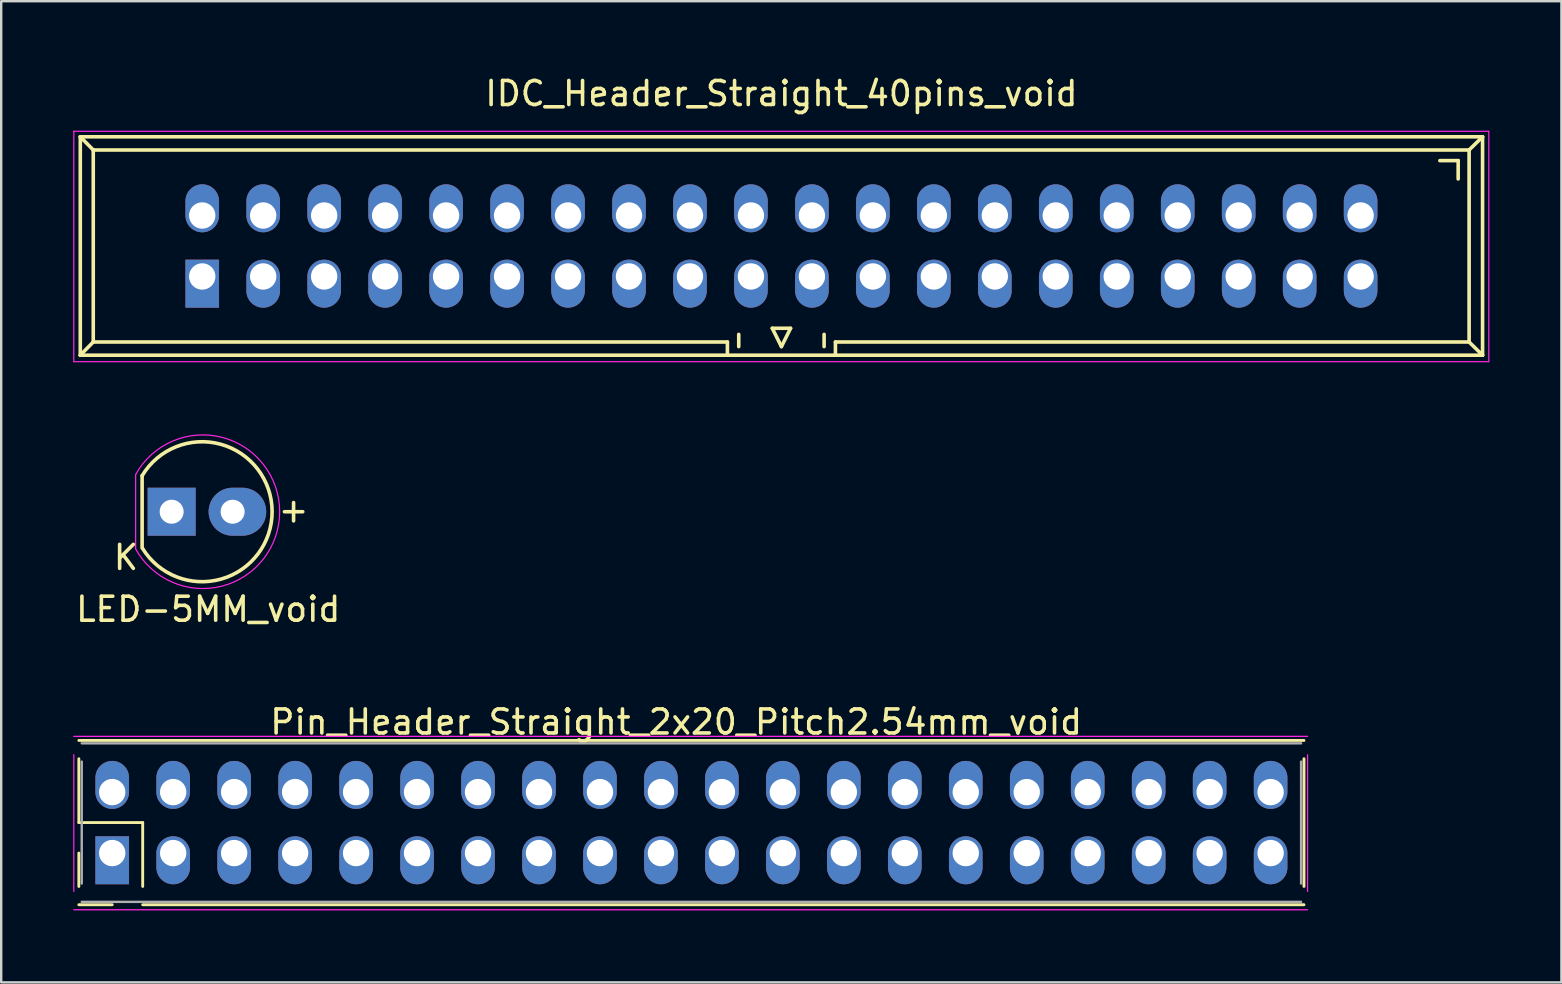
<source format=kicad_pcb>
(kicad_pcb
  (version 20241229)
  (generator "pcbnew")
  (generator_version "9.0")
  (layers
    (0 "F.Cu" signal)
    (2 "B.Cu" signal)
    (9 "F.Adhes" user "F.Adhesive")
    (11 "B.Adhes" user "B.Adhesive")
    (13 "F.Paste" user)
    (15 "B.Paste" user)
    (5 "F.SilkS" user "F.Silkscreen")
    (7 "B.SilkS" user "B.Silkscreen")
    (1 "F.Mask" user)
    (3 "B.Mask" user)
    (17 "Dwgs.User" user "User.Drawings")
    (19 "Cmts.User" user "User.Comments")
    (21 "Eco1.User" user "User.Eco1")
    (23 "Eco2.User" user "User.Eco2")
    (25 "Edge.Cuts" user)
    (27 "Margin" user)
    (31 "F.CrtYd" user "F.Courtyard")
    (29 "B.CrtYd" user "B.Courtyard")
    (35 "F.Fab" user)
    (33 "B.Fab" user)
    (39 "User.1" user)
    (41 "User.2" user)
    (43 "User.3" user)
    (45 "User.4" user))
  (footprint "IDC_Header_Straight_40pins_void"
    (layer "F.Cu")
    (at 5.375 8.468)
    (property "Reference" "IDC_Header_Straight_40pins_void" (at 24.13 -7.62 0) (layer "F.SilkS") (effects (font (size 1 1) (thickness 0.15))))
    (attr through_hole)
    (fp_line (start -5.08 -5.82) (end -5.08 3.28) (stroke (width 0.15) (type solid)) (layer "F.SilkS"))
    (fp_line (start -5.08 -5.82) (end -4.54 -5.27) (stroke (width 0.15) (type solid)) (layer "F.SilkS"))
    (fp_line (start -5.08 -5.82) (end 53.34 -5.82) (stroke (width 0.15) (type solid)) (layer "F.SilkS"))
    (fp_line (start -5.08 3.28) (end -4.54 2.73) (stroke (width 0.15) (type solid)) (layer "F.SilkS"))
    (fp_line (start -5.08 3.28) (end 53.34 3.28) (stroke (width 0.15) (type solid)) (layer "F.SilkS"))
    (fp_line (start -4.54 -5.27) (end -4.54 2.73) (stroke (width 0.15) (type solid)) (layer "F.SilkS"))
    (fp_line (start -4.54 -5.27) (end 52.78 -5.27) (stroke (width 0.15) (type solid)) (layer "F.SilkS"))
    (fp_line (start -4.54 2.73) (end 21.88 2.73) (stroke (width 0.15) (type solid)) (layer "F.SilkS"))
    (fp_line (start 21.88 2.73) (end 21.88 3.28) (stroke (width 0.15) (type solid)) (layer "F.SilkS"))
    (fp_line (start 22.352 2.413) (end 22.352 2.921) (stroke (width 0.15) (type solid)) (layer "F.SilkS"))
    (fp_line (start 23.749 2.159) (end 24.13 2.921) (stroke (width 0.15) (type solid)) (layer "F.SilkS"))
    (fp_line (start 24.13 2.921) (end 24.511 2.159) (stroke (width 0.15) (type solid)) (layer "F.SilkS"))
    (fp_line (start 24.511 2.159) (end 23.749 2.159) (stroke (width 0.15) (type solid)) (layer "F.SilkS"))
    (fp_line (start 25.908 2.921) (end 25.908 2.413) (stroke (width 0.15) (type solid)) (layer "F.SilkS"))
    (fp_line (start 26.38 2.73) (end 26.38 3.28) (stroke (width 0.15) (type solid)) (layer "F.SilkS"))
    (fp_line (start 26.38 2.73) (end 52.78 2.73) (stroke (width 0.15) (type solid)) (layer "F.SilkS"))
    (fp_line (start 52.324 -4.826) (end 51.562 -4.826) (stroke (width 0.15) (type solid)) (layer "F.SilkS"))
    (fp_line (start 52.324 -4.826) (end 52.324 -4.064) (stroke (width 0.15) (type solid)) (layer "F.SilkS"))
    (fp_line (start 52.78 -5.27) (end 52.78 2.73) (stroke (width 0.15) (type solid)) (layer "F.SilkS"))
    (fp_line (start 53.34 -5.82) (end 52.78 -5.27) (stroke (width 0.15) (type solid)) (layer "F.SilkS"))
    (fp_line (start 53.34 -5.82) (end 53.34 3.28) (stroke (width 0.15) (type solid)) (layer "F.SilkS"))
    (fp_line (start 53.34 3.28) (end 52.78 2.73) (stroke (width 0.15) (type solid)) (layer "F.SilkS"))
    (fp_line (start -5.35 -6.05) (end 53.6 -6.05) (stroke (width 0.05) (type solid)) (layer "F.CrtYd"))
    (fp_line (start -5.35 3.55) (end -5.35 -6.05) (stroke (width 0.05) (type solid)) (layer "F.CrtYd"))
    (fp_line (start 53.6 -6.05) (end 53.6 3.55) (stroke (width 0.05) (type solid)) (layer "F.CrtYd"))
    (fp_line (start 53.6 3.55) (end -5.35 3.55) (stroke (width 0.05) (type solid)) (layer "F.CrtYd"))
    (pad "1" thru_hole rect (at 0 0) (size 1.4 2) (drill 1.1 (offset 0 0.3)) (layers "*.Cu" "*.Mask"))
    (pad "2" thru_hole oval (at 0 -2.54) (size 1.4 2) (drill 1.1 (offset 0 -0.3)) (layers "*.Cu" "*.Mask"))
    (pad "3" thru_hole oval (at 2.54 0) (size 1.4 2) (drill 1.1 (offset 0 0.3)) (layers "*.Cu" "*.Mask"))
    (pad "4" thru_hole oval (at 2.54 -2.54) (size 1.4 2) (drill 1.1 (offset 0 -0.3)) (layers "*.Cu" "*.Mask"))
    (pad "5" thru_hole oval (at 5.08 0) (size 1.4 2) (drill 1.1 (offset 0 0.3)) (layers "*.Cu" "*.Mask"))
    (pad "6" thru_hole oval (at 5.08 -2.54) (size 1.4 2) (drill 1.1 (offset 0 -0.3)) (layers "*.Cu" "*.Mask"))
    (pad "7" thru_hole oval (at 7.62 0) (size 1.4 2) (drill 1.1 (offset 0 0.3)) (layers "*.Cu" "*.Mask"))
    (pad "8" thru_hole oval (at 7.62 -2.54) (size 1.4 2) (drill 1.1 (offset 0 -0.3)) (layers "*.Cu" "*.Mask"))
    (pad "9" thru_hole oval (at 10.16 0) (size 1.4 2) (drill 1.1 (offset 0 0.3)) (layers "*.Cu" "*.Mask"))
    (pad "10" thru_hole oval (at 10.16 -2.54) (size 1.4 2) (drill 1.1 (offset 0 -0.3)) (layers "*.Cu" "*.Mask"))
    (pad "11" thru_hole oval (at 12.7 0) (size 1.4 2) (drill 1.1 (offset 0 0.3)) (layers "*.Cu" "*.Mask"))
    (pad "12" thru_hole oval (at 12.7 -2.54) (size 1.4 2) (drill 1.1 (offset 0 -0.3)) (layers "*.Cu" "*.Mask"))
    (pad "13" thru_hole oval (at 15.24 0) (size 1.4 2) (drill 1.1 (offset 0 0.3)) (layers "*.Cu" "*.Mask"))
    (pad "14" thru_hole oval (at 15.24 -2.54) (size 1.4 2) (drill 1.1 (offset 0 -0.3)) (layers "*.Cu" "*.Mask"))
    (pad "15" thru_hole oval (at 17.78 0) (size 1.4 2) (drill 1.1 (offset 0 0.3)) (layers "*.Cu" "*.Mask"))
    (pad "16" thru_hole oval (at 17.78 -2.54) (size 1.4 2) (drill 1.1 (offset 0 -0.3)) (layers "*.Cu" "*.Mask"))
    (pad "17" thru_hole oval (at 20.32 0) (size 1.4 2) (drill 1.1 (offset 0 0.3)) (layers "*.Cu" "*.Mask"))
    (pad "18" thru_hole oval (at 20.32 -2.54) (size 1.4 2) (drill 1.1 (offset 0 -0.3)) (layers "*.Cu" "*.Mask"))
    (pad "19" thru_hole oval (at 22.86 0) (size 1.4 2) (drill 1.1 (offset 0 0.3)) (layers "*.Cu" "*.Mask"))
    (pad "20" thru_hole oval (at 22.86 -2.54) (size 1.4 2) (drill 1.1 (offset 0 -0.3)) (layers "*.Cu" "*.Mask"))
    (pad "21" thru_hole oval (at 25.4 0) (size 1.4 2) (drill 1.1 (offset 0 0.3)) (layers "*.Cu" "*.Mask"))
    (pad "22" thru_hole oval (at 25.4 -2.54) (size 1.4 2) (drill 1.1 (offset 0 -0.3)) (layers "*.Cu" "*.Mask"))
    (pad "23" thru_hole oval (at 27.94 0) (size 1.4 2) (drill 1.1 (offset 0 0.3)) (layers "*.Cu" "*.Mask"))
    (pad "24" thru_hole oval (at 27.94 -2.54) (size 1.4 2) (drill 1.1 (offset 0 -0.3)) (layers "*.Cu" "*.Mask"))
    (pad "25" thru_hole oval (at 30.48 0) (size 1.4 2) (drill 1.1 (offset 0 0.3)) (layers "*.Cu" "*.Mask"))
    (pad "26" thru_hole oval (at 30.48 -2.54) (size 1.4 2) (drill 1.1 (offset 0 -0.3)) (layers "*.Cu" "*.Mask"))
    (pad "27" thru_hole oval (at 33.02 0) (size 1.4 2) (drill 1.1 (offset 0 0.3)) (layers "*.Cu" "*.Mask"))
    (pad "28" thru_hole oval (at 33.02 -2.54) (size 1.4 2) (drill 1.1 (offset 0 -0.3)) (layers "*.Cu" "*.Mask"))
    (pad "29" thru_hole oval (at 35.56 0) (size 1.4 2) (drill 1.1 (offset 0 0.3)) (layers "*.Cu" "*.Mask"))
    (pad "30" thru_hole oval (at 35.56 -2.54) (size 1.4 2) (drill 1.1 (offset 0 -0.3)) (layers "*.Cu" "*.Mask"))
    (pad "31" thru_hole oval (at 38.1 0) (size 1.4 2) (drill 1.1 (offset 0 0.3)) (layers "*.Cu" "*.Mask"))
    (pad "32" thru_hole oval (at 38.1 -2.54) (size 1.4 2) (drill 1.1 (offset 0 -0.3)) (layers "*.Cu" "*.Mask"))
    (pad "33" thru_hole oval (at 40.64 0) (size 1.4 2) (drill 1.1 (offset 0 0.3)) (layers "*.Cu" "*.Mask"))
    (pad "34" thru_hole oval (at 40.64 -2.54) (size 1.4 2) (drill 1.1 (offset 0 -0.3)) (layers "*.Cu" "*.Mask"))
    (pad "35" thru_hole oval (at 43.18 0) (size 1.4 2) (drill 1.1 (offset 0 0.3)) (layers "*.Cu" "*.Mask"))
    (pad "36" thru_hole oval (at 43.18 -2.54) (size 1.4 2) (drill 1.1 (offset 0 -0.3)) (layers "*.Cu" "*.Mask"))
    (pad "37" thru_hole oval (at 45.72 0) (size 1.4 2) (drill 1.1 (offset 0 0.3)) (layers "*.Cu" "*.Mask"))
    (pad "38" thru_hole oval (at 45.72 -2.54) (size 1.4 2) (drill 1.1 (offset 0 -0.3)) (layers "*.Cu" "*.Mask"))
    (pad "39" thru_hole oval (at 48.26 0) (size 1.4 2) (drill 1.1 (offset 0 0.3)) (layers "*.Cu" "*.Mask"))
    (pad "40" thru_hole oval (at 48.26 -2.54) (size 1.4 2) (drill 1.1 (offset 0 -0.3)) (layers "*.Cu" "*.Mask")))
  (footprint "LED-5MM_void"
    (layer "F.Cu")
    (at 4.101 18.269)
    (property "Reference" "LED-5MM_void" (at 1.524 4.064 0) (layer "F.SilkS") (effects (font (size 1 1) (thickness 0.15))))
    (attr through_hole)
    (fp_line (start -1.23 1.5) (end -1.23 -1.5) (stroke (width 0.15) (type solid)) (layer "F.SilkS"))
    (fp_line (start 4.699 0) (end 5.461 0) (stroke (width 0.15) (type solid)) (layer "F.SilkS"))
    (fp_line (start 5.08 -0.381) (end 5.08 0.381) (stroke (width 0.15) (type solid)) (layer "F.SilkS"))
    (fp_arc (start -1.23 -1.5) (mid 4.18544 -0.014565) (end -1.214888 1.524904) (stroke (width 0.15) (type solid)) (layer "F.SilkS"))
    (fp_line (start -1.5 -1.55) (end -1.5 1.55) (stroke (width 0.05) (type solid)) (layer "F.CrtYd"))
    (fp_arc (start -1.498248 -1.55316) (mid 4.50039 0.001807) (end -1.5 1.55) (stroke (width 0.05) (type solid)) (layer "F.CrtYd"))
    (fp_text user "K" (at -1.905 1.905 0) (layer "F.SilkS") (effects (font (size 1 1) (thickness 0.15))))
    (pad "1" thru_hole rect (at 0 0 90) (size 2 2) (drill 1.001) (layers "*.Cu" "*.Mask"))
    (pad "2" thru_hole oval (at 2.54 0) (size 2.4 2) (drill 1.001 (offset 0.2 0)) (layers "*.Cu" "*.Mask")))
  (footprint "Pin_Header_Straight_2x20_Pitch2.54mm_void"
    (layer "F.Cu")
    (at 24.612 29.061)
    (property "Reference" "Pin_Header_Straight_2x20_Pitch2.54mm_void" (at 0.508 -2.032 180) (layer "F.SilkS") (effects (font (size 1 1) (thickness 0.15))))
    (attr through_hole)
    (fp_line (start -24.377 -0.501) (end -24.377 2.159) (stroke (width 0.12) (type solid)) (layer "F.SilkS"))
    (fp_line (start -24.377 2.159) (end -21.717 2.159) (stroke (width 0.12) (type solid)) (layer "F.SilkS"))
    (fp_line (start -24.377 4.819) (end -24.377 3.429) (stroke (width 0.12) (type solid)) (layer "F.SilkS"))
    (fp_line (start -22.987 5.581) (end -24.377 5.581) (stroke (width 0.12) (type solid)) (layer "F.SilkS"))
    (fp_line (start -21.717 2.159) (end -21.717 4.819) (stroke (width 0.12) (type solid)) (layer "F.SilkS"))
    (fp_line (start -21.717 5.581) (end 26.663 5.581) (stroke (width 0.12) (type solid)) (layer "F.SilkS"))
    (fp_line (start 26.663 -1.263) (end -24.377 -1.263) (stroke (width 0.12) (type solid)) (layer "F.SilkS"))
    (fp_line (start 26.663 4.819) (end 26.663 -0.501) (stroke (width 0.12) (type solid)) (layer "F.SilkS"))
    (fp_line (start -24.587 -0.671) (end -24.587 5.029) (stroke (width 0.05) (type solid)) (layer "F.CrtYd"))
    (fp_line (start -24.587 5.791) (end 26.813 5.791) (stroke (width 0.05) (type solid)) (layer "F.CrtYd"))
    (fp_line (start 26.813 -1.433) (end -24.587 -1.433) (stroke (width 0.05) (type solid)) (layer "F.CrtYd"))
    (fp_line (start 26.813 5.029) (end 26.813 -0.671) (stroke (width 0.05) (type solid)) (layer "F.CrtYd"))
    (fp_line (start -24.257 -0.381) (end -24.257 4.699) (stroke (width 0.1) (type solid)) (layer "F.Fab"))
    (fp_line (start -24.257 5.461) (end 26.543 5.461) (stroke (width 0.1) (type solid)) (layer "F.Fab"))
    (fp_line (start 26.543 -1.143) (end -24.257 -1.143) (stroke (width 0.1) (type solid)) (layer "F.Fab"))
    (fp_line (start 26.543 4.699) (end 26.543 -0.381) (stroke (width 0.1) (type solid)) (layer "F.Fab"))
    (pad "1" thru_hole rect (at -22.987 3.429) (size 1.4 2) (drill 1.1 (offset 0 0.3)) (layers "*.Cu" "*.Mask"))
    (pad "2" thru_hole oval (at -22.987 0.889) (size 1.4 2) (drill 1.1 (offset 0 -0.3)) (layers "*.Cu" "*.Mask"))
    (pad "3" thru_hole oval (at -20.447 3.429) (size 1.4 2) (drill 1.1 (offset 0 0.3)) (layers "*.Cu" "*.Mask"))
    (pad "4" thru_hole oval (at -20.447 0.889) (size 1.4 2) (drill 1.1 (offset 0 -0.3)) (layers "*.Cu" "*.Mask"))
    (pad "5" thru_hole oval (at -17.907 3.429) (size 1.4 2) (drill 1.1 (offset 0 0.3)) (layers "*.Cu" "*.Mask"))
    (pad "6" thru_hole oval (at -17.907 0.889) (size 1.4 2) (drill 1.1 (offset 0 -0.3)) (layers "*.Cu" "*.Mask"))
    (pad "7" thru_hole oval (at -15.367 3.429) (size 1.4 2) (drill 1.1 (offset 0 0.3)) (layers "*.Cu" "*.Mask"))
    (pad "8" thru_hole oval (at -15.367 0.889) (size 1.4 2) (drill 1.1 (offset 0 -0.3)) (layers "*.Cu" "*.Mask"))
    (pad "9" thru_hole oval (at -12.827 3.429) (size 1.4 2) (drill 1.1 (offset 0 0.3)) (layers "*.Cu" "*.Mask"))
    (pad "10" thru_hole oval (at -12.827 0.889) (size 1.4 2) (drill 1.1 (offset 0 -0.3)) (layers "*.Cu" "*.Mask"))
    (pad "11" thru_hole oval (at -10.287 3.429) (size 1.4 2) (drill 1.1 (offset 0 0.3)) (layers "*.Cu" "*.Mask"))
    (pad "12" thru_hole oval (at -10.287 0.889) (size 1.4 2) (drill 1.1 (offset 0 -0.3)) (layers "*.Cu" "*.Mask"))
    (pad "13" thru_hole oval (at -7.747 3.429) (size 1.4 2) (drill 1.1 (offset 0 0.3)) (layers "*.Cu" "*.Mask"))
    (pad "14" thru_hole oval (at -7.747 0.889) (size 1.4 2) (drill 1.1 (offset 0 -0.3)) (layers "*.Cu" "*.Mask"))
    (pad "15" thru_hole oval (at -5.207 3.429) (size 1.4 2) (drill 1.1 (offset 0 0.3)) (layers "*.Cu" "*.Mask"))
    (pad "16" thru_hole oval (at -5.207 0.889) (size 1.4 2) (drill 1.1 (offset 0 -0.3)) (layers "*.Cu" "*.Mask"))
    (pad "17" thru_hole oval (at -2.667 3.429) (size 1.4 2) (drill 1.1 (offset 0 0.3)) (layers "*.Cu" "*.Mask"))
    (pad "18" thru_hole oval (at -2.667 0.889) (size 1.4 2) (drill 1.1 (offset 0 -0.3)) (layers "*.Cu" "*.Mask"))
    (pad "19" thru_hole oval (at -0.127 3.429) (size 1.4 2) (drill 1.1 (offset 0 0.3)) (layers "*.Cu" "*.Mask"))
    (pad "20" thru_hole oval (at -0.127 0.889) (size 1.4 2) (drill 1.1 (offset 0 -0.3)) (layers "*.Cu" "*.Mask"))
    (pad "21" thru_hole oval (at 2.413 3.429) (size 1.4 2) (drill 1.1 (offset 0 0.3)) (layers "*.Cu" "*.Mask"))
    (pad "22" thru_hole oval (at 2.413 0.889) (size 1.4 2) (drill 1.1 (offset 0 -0.3)) (layers "*.Cu" "*.Mask"))
    (pad "23" thru_hole oval (at 4.953 3.429) (size 1.4 2) (drill 1.1 (offset 0 0.3)) (layers "*.Cu" "*.Mask"))
    (pad "24" thru_hole oval (at 4.953 0.889) (size 1.4 2) (drill 1.1 (offset 0 -0.3)) (layers "*.Cu" "*.Mask"))
    (pad "25" thru_hole oval (at 7.493 3.429) (size 1.4 2) (drill 1.1 (offset 0 0.3)) (layers "*.Cu" "*.Mask"))
    (pad "26" thru_hole oval (at 7.493 0.889) (size 1.4 2) (drill 1.1 (offset 0 -0.3)) (layers "*.Cu" "*.Mask"))
    (pad "27" thru_hole oval (at 10.033 3.429) (size 1.4 2) (drill 1.1 (offset 0 0.3)) (layers "*.Cu" "*.Mask"))
    (pad "28" thru_hole oval (at 10.033 0.889) (size 1.4 2) (drill 1.1 (offset 0 -0.3)) (layers "*.Cu" "*.Mask"))
    (pad "29" thru_hole oval (at 12.573 3.429) (size 1.4 2) (drill 1.1 (offset 0 0.3)) (layers "*.Cu" "*.Mask"))
    (pad "30" thru_hole oval (at 12.573 0.889) (size 1.4 2) (drill 1.1 (offset 0 -0.3)) (layers "*.Cu" "*.Mask"))
    (pad "31" thru_hole oval (at 15.113 3.429) (size 1.4 2) (drill 1.1 (offset 0 0.3)) (layers "*.Cu" "*.Mask"))
    (pad "32" thru_hole oval (at 15.113 0.889) (size 1.4 2) (drill 1.1 (offset 0 -0.3)) (layers "*.Cu" "*.Mask"))
    (pad "33" thru_hole oval (at 17.653 3.429) (size 1.4 2) (drill 1.1 (offset 0 0.3)) (layers "*.Cu" "*.Mask"))
    (pad "34" thru_hole oval (at 17.653 0.889) (size 1.4 2) (drill 1.1 (offset 0 -0.3)) (layers "*.Cu" "*.Mask"))
    (pad "35" thru_hole oval (at 20.193 3.429) (size 1.4 2) (drill 1.1 (offset 0 0.3)) (layers "*.Cu" "*.Mask"))
    (pad "36" thru_hole oval (at 20.193 0.889) (size 1.4 2) (drill 1.1 (offset 0 -0.3)) (layers "*.Cu" "*.Mask"))
    (pad "37" thru_hole oval (at 22.733 3.429) (size 1.4 2) (drill 1.1 (offset 0 0.3)) (layers "*.Cu" "*.Mask"))
    (pad "38" thru_hole oval (at 22.733 0.889) (size 1.4 2) (drill 1.1 (offset 0 -0.3)) (layers "*.Cu" "*.Mask"))
    (pad "39" thru_hole oval (at 25.273 3.429) (size 1.4 2) (drill 1.1 (offset 0 0.3)) (layers "*.Cu" "*.Mask"))
    (pad "40" thru_hole oval (at 25.273 0.889) (size 1.4 2) (drill 1.1 (offset 0 -0.3)) (layers "*.Cu" "*.Mask")))
  (gr_rect
    (start -3 -3)
    (end 62 37.877)
    (stroke (width 0.1) (type default))
    (fill no)
    (layer "Edge.Cuts")))
</source>
